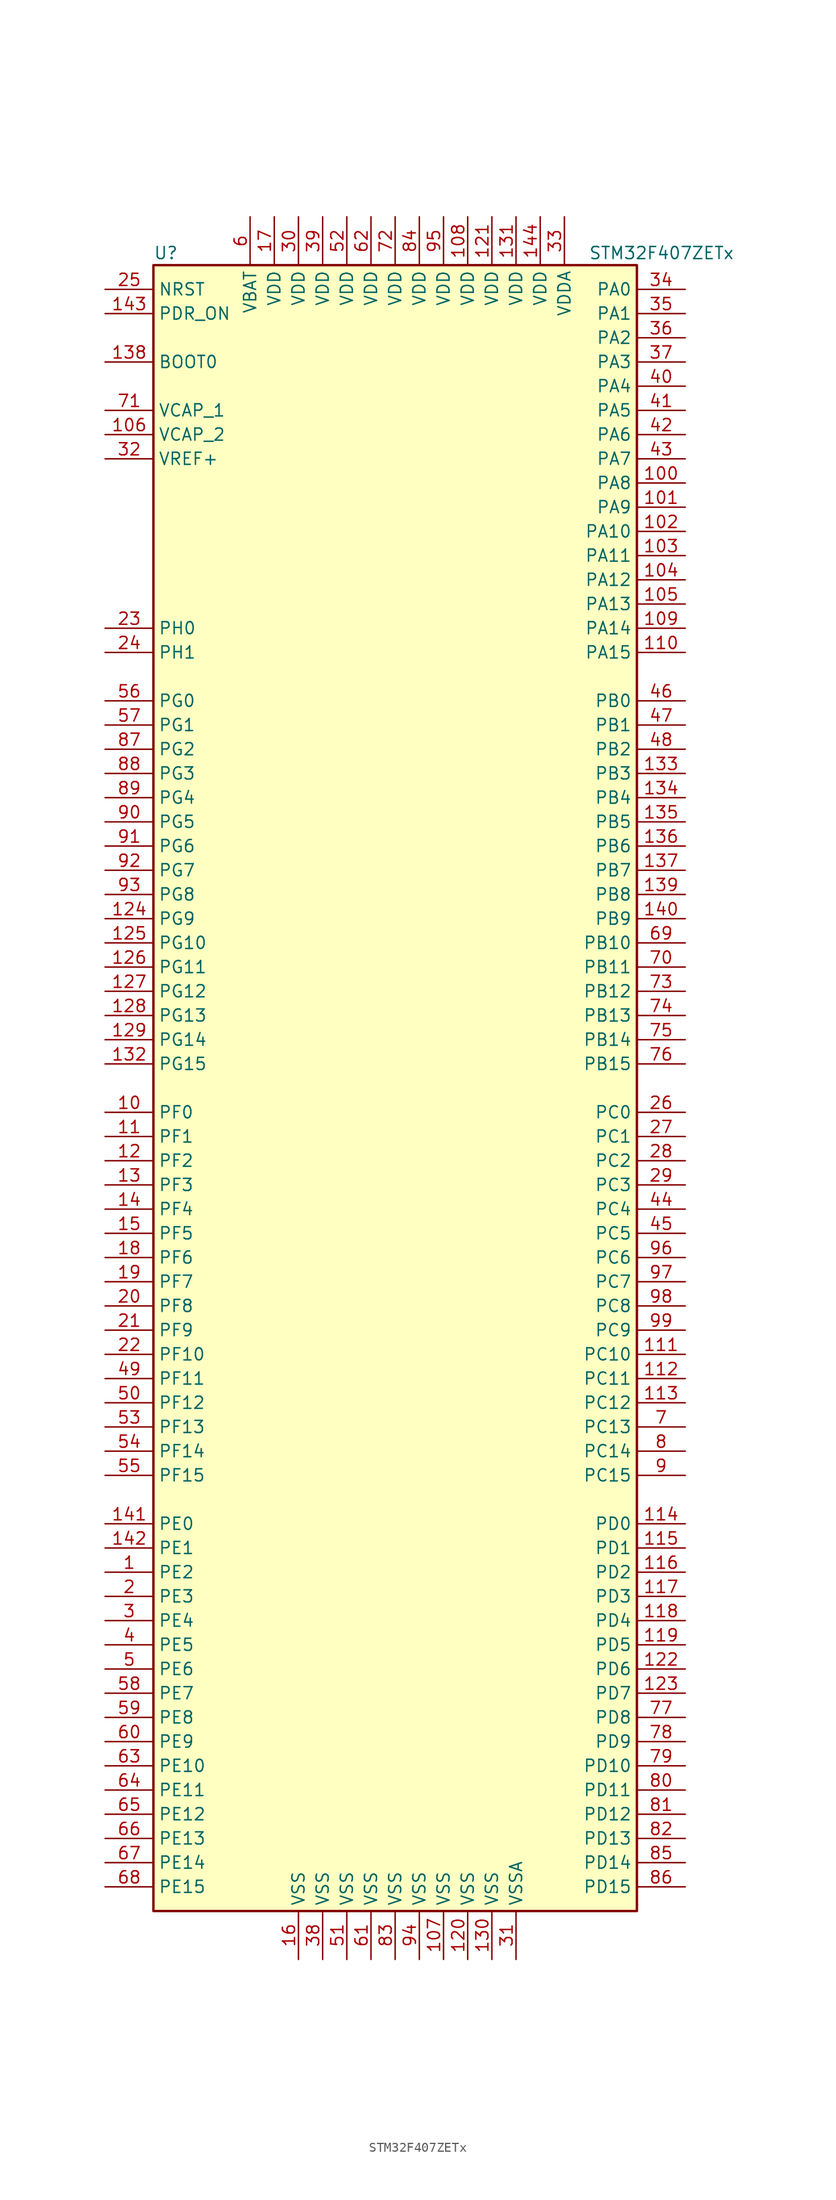
<source format=kicad_sym>
(kicad_symbol_lib
  (version 20201005)
  (generator kicad_symbol_editor)
  (symbol "MCU_ST_STM32F4:STM32F407ZETx"
    (property "Reference" "U"
      (at -25.4 87.63 0)
      (effects (font (size 1.27 1.27)) (justify left)))
    (property "Value" "STM32F407ZETx"
      (at 20.32 87.63 0)
      (effects (font (size 1.27 1.27)) (justify left)))
    (symbol "STM32F407ZETx_0_1"
      (rectangle (start -25.4 -86.36) (end 25.4 86.36) (stroke (width 0.254)) (fill (type background))))
    (symbol "STM32F407ZETx_1_1"
      (pin input line (at -30.48 76.2 0) (length 5.08) (name "BOOT0" (effects (font (size 1.27 1.27)))) (number "138" (effects (font (size 1.27 1.27)))))
      (pin input line (at -30.48 83.82 0) (length 5.08) (name "NRST" (effects (font (size 1.27 1.27)))) (number "25" (effects (font (size 1.27 1.27)))))
      (pin bidirectional line (at 30.48 83.82 180) (length 5.08) (name "PA0" (effects (font (size 1.27 1.27)))) (number "34" (effects (font (size 1.27 1.27)))))
      (pin bidirectional line (at 30.48 81.28 180) (length 5.08) (name "PA1" (effects (font (size 1.27 1.27)))) (number "35" (effects (font (size 1.27 1.27)))))
      (pin bidirectional line (at 30.48 58.42 180) (length 5.08) (name "PA10" (effects (font (size 1.27 1.27)))) (number "102" (effects (font (size 1.27 1.27)))))
      (pin bidirectional line (at 30.48 55.88 180) (length 5.08) (name "PA11" (effects (font (size 1.27 1.27)))) (number "103" (effects (font (size 1.27 1.27)))))
      (pin bidirectional line (at 30.48 53.34 180) (length 5.08) (name "PA12" (effects (font (size 1.27 1.27)))) (number "104" (effects (font (size 1.27 1.27)))))
      (pin bidirectional line (at 30.48 50.8 180) (length 5.08) (name "PA13" (effects (font (size 1.27 1.27)))) (number "105" (effects (font (size 1.27 1.27)))))
      (pin bidirectional line (at 30.48 48.26 180) (length 5.08) (name "PA14" (effects (font (size 1.27 1.27)))) (number "109" (effects (font (size 1.27 1.27)))))
      (pin bidirectional line (at 30.48 45.72 180) (length 5.08) (name "PA15" (effects (font (size 1.27 1.27)))) (number "110" (effects (font (size 1.27 1.27)))))
      (pin bidirectional line (at 30.48 78.74 180) (length 5.08) (name "PA2" (effects (font (size 1.27 1.27)))) (number "36" (effects (font (size 1.27 1.27)))))
      (pin bidirectional line (at 30.48 76.2 180) (length 5.08) (name "PA3" (effects (font (size 1.27 1.27)))) (number "37" (effects (font (size 1.27 1.27)))))
      (pin bidirectional line (at 30.48 73.66 180) (length 5.08) (name "PA4" (effects (font (size 1.27 1.27)))) (number "40" (effects (font (size 1.27 1.27)))))
      (pin bidirectional line (at 30.48 71.12 180) (length 5.08) (name "PA5" (effects (font (size 1.27 1.27)))) (number "41" (effects (font (size 1.27 1.27)))))
      (pin bidirectional line (at 30.48 68.58 180) (length 5.08) (name "PA6" (effects (font (size 1.27 1.27)))) (number "42" (effects (font (size 1.27 1.27)))))
      (pin bidirectional line (at 30.48 66.04 180) (length 5.08) (name "PA7" (effects (font (size 1.27 1.27)))) (number "43" (effects (font (size 1.27 1.27)))))
      (pin bidirectional line (at 30.48 63.5 180) (length 5.08) (name "PA8" (effects (font (size 1.27 1.27)))) (number "100" (effects (font (size 1.27 1.27)))))
      (pin bidirectional line (at 30.48 60.96 180) (length 5.08) (name "PA9" (effects (font (size 1.27 1.27)))) (number "101" (effects (font (size 1.27 1.27)))))
      (pin bidirectional line (at 30.48 40.64 180) (length 5.08) (name "PB0" (effects (font (size 1.27 1.27)))) (number "46" (effects (font (size 1.27 1.27)))))
      (pin bidirectional line (at 30.48 38.1 180) (length 5.08) (name "PB1" (effects (font (size 1.27 1.27)))) (number "47" (effects (font (size 1.27 1.27)))))
      (pin bidirectional line (at 30.48 15.24 180) (length 5.08) (name "PB10" (effects (font (size 1.27 1.27)))) (number "69" (effects (font (size 1.27 1.27)))))
      (pin bidirectional line (at 30.48 12.7 180) (length 5.08) (name "PB11" (effects (font (size 1.27 1.27)))) (number "70" (effects (font (size 1.27 1.27)))))
      (pin bidirectional line (at 30.48 10.16 180) (length 5.08) (name "PB12" (effects (font (size 1.27 1.27)))) (number "73" (effects (font (size 1.27 1.27)))))
      (pin bidirectional line (at 30.48 7.62 180) (length 5.08) (name "PB13" (effects (font (size 1.27 1.27)))) (number "74" (effects (font (size 1.27 1.27)))))
      (pin bidirectional line (at 30.48 5.08 180) (length 5.08) (name "PB14" (effects (font (size 1.27 1.27)))) (number "75" (effects (font (size 1.27 1.27)))))
      (pin bidirectional line (at 30.48 2.54 180) (length 5.08) (name "PB15" (effects (font (size 1.27 1.27)))) (number "76" (effects (font (size 1.27 1.27)))))
      (pin bidirectional line (at 30.48 35.56 180) (length 5.08) (name "PB2" (effects (font (size 1.27 1.27)))) (number "48" (effects (font (size 1.27 1.27)))))
      (pin bidirectional line (at 30.48 33.02 180) (length 5.08) (name "PB3" (effects (font (size 1.27 1.27)))) (number "133" (effects (font (size 1.27 1.27)))))
      (pin bidirectional line (at 30.48 30.48 180) (length 5.08) (name "PB4" (effects (font (size 1.27 1.27)))) (number "134" (effects (font (size 1.27 1.27)))))
      (pin bidirectional line (at 30.48 27.94 180) (length 5.08) (name "PB5" (effects (font (size 1.27 1.27)))) (number "135" (effects (font (size 1.27 1.27)))))
      (pin bidirectional line (at 30.48 25.4 180) (length 5.08) (name "PB6" (effects (font (size 1.27 1.27)))) (number "136" (effects (font (size 1.27 1.27)))))
      (pin bidirectional line (at 30.48 22.86 180) (length 5.08) (name "PB7" (effects (font (size 1.27 1.27)))) (number "137" (effects (font (size 1.27 1.27)))))
      (pin bidirectional line (at 30.48 20.32 180) (length 5.08) (name "PB8" (effects (font (size 1.27 1.27)))) (number "139" (effects (font (size 1.27 1.27)))))
      (pin bidirectional line (at 30.48 17.78 180) (length 5.08) (name "PB9" (effects (font (size 1.27 1.27)))) (number "140" (effects (font (size 1.27 1.27)))))
      (pin bidirectional line (at 30.48 -2.54 180) (length 5.08) (name "PC0" (effects (font (size 1.27 1.27)))) (number "26" (effects (font (size 1.27 1.27)))))
      (pin bidirectional line (at 30.48 -5.08 180) (length 5.08) (name "PC1" (effects (font (size 1.27 1.27)))) (number "27" (effects (font (size 1.27 1.27)))))
      (pin bidirectional line (at 30.48 -27.94 180) (length 5.08) (name "PC10" (effects (font (size 1.27 1.27)))) (number "111" (effects (font (size 1.27 1.27)))))
      (pin bidirectional line (at 30.48 -30.48 180) (length 5.08) (name "PC11" (effects (font (size 1.27 1.27)))) (number "112" (effects (font (size 1.27 1.27)))))
      (pin bidirectional line (at 30.48 -33.02 180) (length 5.08) (name "PC12" (effects (font (size 1.27 1.27)))) (number "113" (effects (font (size 1.27 1.27)))))
      (pin bidirectional line (at 30.48 -35.56 180) (length 5.08) (name "PC13" (effects (font (size 1.27 1.27)))) (number "7" (effects (font (size 1.27 1.27)))))
      (pin bidirectional line (at 30.48 -38.1 180) (length 5.08) (name "PC14" (effects (font (size 1.27 1.27)))) (number "8" (effects (font (size 1.27 1.27)))))
      (pin bidirectional line (at 30.48 -40.64 180) (length 5.08) (name "PC15" (effects (font (size 1.27 1.27)))) (number "9" (effects (font (size 1.27 1.27)))))
      (pin bidirectional line (at 30.48 -7.62 180) (length 5.08) (name "PC2" (effects (font (size 1.27 1.27)))) (number "28" (effects (font (size 1.27 1.27)))))
      (pin bidirectional line (at 30.48 -10.16 180) (length 5.08) (name "PC3" (effects (font (size 1.27 1.27)))) (number "29" (effects (font (size 1.27 1.27)))))
      (pin bidirectional line (at 30.48 -12.7 180) (length 5.08) (name "PC4" (effects (font (size 1.27 1.27)))) (number "44" (effects (font (size 1.27 1.27)))))
      (pin bidirectional line (at 30.48 -15.24 180) (length 5.08) (name "PC5" (effects (font (size 1.27 1.27)))) (number "45" (effects (font (size 1.27 1.27)))))
      (pin bidirectional line (at 30.48 -17.78 180) (length 5.08) (name "PC6" (effects (font (size 1.27 1.27)))) (number "96" (effects (font (size 1.27 1.27)))))
      (pin bidirectional line (at 30.48 -20.32 180) (length 5.08) (name "PC7" (effects (font (size 1.27 1.27)))) (number "97" (effects (font (size 1.27 1.27)))))
      (pin bidirectional line (at 30.48 -22.86 180) (length 5.08) (name "PC8" (effects (font (size 1.27 1.27)))) (number "98" (effects (font (size 1.27 1.27)))))
      (pin bidirectional line (at 30.48 -25.4 180) (length 5.08) (name "PC9" (effects (font (size 1.27 1.27)))) (number "99" (effects (font (size 1.27 1.27)))))
      (pin bidirectional line (at 30.48 -45.72 180) (length 5.08) (name "PD0" (effects (font (size 1.27 1.27)))) (number "114" (effects (font (size 1.27 1.27)))))
      (pin bidirectional line (at 30.48 -48.26 180) (length 5.08) (name "PD1" (effects (font (size 1.27 1.27)))) (number "115" (effects (font (size 1.27 1.27)))))
      (pin bidirectional line (at 30.48 -71.12 180) (length 5.08) (name "PD10" (effects (font (size 1.27 1.27)))) (number "79" (effects (font (size 1.27 1.27)))))
      (pin bidirectional line (at 30.48 -73.66 180) (length 5.08) (name "PD11" (effects (font (size 1.27 1.27)))) (number "80" (effects (font (size 1.27 1.27)))))
      (pin bidirectional line (at 30.48 -76.2 180) (length 5.08) (name "PD12" (effects (font (size 1.27 1.27)))) (number "81" (effects (font (size 1.27 1.27)))))
      (pin bidirectional line (at 30.48 -78.74 180) (length 5.08) (name "PD13" (effects (font (size 1.27 1.27)))) (number "82" (effects (font (size 1.27 1.27)))))
      (pin bidirectional line (at 30.48 -81.28 180) (length 5.08) (name "PD14" (effects (font (size 1.27 1.27)))) (number "85" (effects (font (size 1.27 1.27)))))
      (pin bidirectional line (at 30.48 -83.82 180) (length 5.08) (name "PD15" (effects (font (size 1.27 1.27)))) (number "86" (effects (font (size 1.27 1.27)))))
      (pin bidirectional line (at 30.48 -50.8 180) (length 5.08) (name "PD2" (effects (font (size 1.27 1.27)))) (number "116" (effects (font (size 1.27 1.27)))))
      (pin bidirectional line (at 30.48 -53.34 180) (length 5.08) (name "PD3" (effects (font (size 1.27 1.27)))) (number "117" (effects (font (size 1.27 1.27)))))
      (pin bidirectional line (at 30.48 -55.88 180) (length 5.08) (name "PD4" (effects (font (size 1.27 1.27)))) (number "118" (effects (font (size 1.27 1.27)))))
      (pin bidirectional line (at 30.48 -58.42 180) (length 5.08) (name "PD5" (effects (font (size 1.27 1.27)))) (number "119" (effects (font (size 1.27 1.27)))))
      (pin bidirectional line (at 30.48 -60.96 180) (length 5.08) (name "PD6" (effects (font (size 1.27 1.27)))) (number "122" (effects (font (size 1.27 1.27)))))
      (pin bidirectional line (at 30.48 -63.5 180) (length 5.08) (name "PD7" (effects (font (size 1.27 1.27)))) (number "123" (effects (font (size 1.27 1.27)))))
      (pin bidirectional line (at 30.48 -66.04 180) (length 5.08) (name "PD8" (effects (font (size 1.27 1.27)))) (number "77" (effects (font (size 1.27 1.27)))))
      (pin bidirectional line (at 30.48 -68.58 180) (length 5.08) (name "PD9" (effects (font (size 1.27 1.27)))) (number "78" (effects (font (size 1.27 1.27)))))
      (pin input line (at -30.48 81.28 0) (length 5.08) (name "PDR_ON" (effects (font (size 1.27 1.27)))) (number "143" (effects (font (size 1.27 1.27)))))
      (pin bidirectional line (at -30.48 -45.72 0) (length 5.08) (name "PE0" (effects (font (size 1.27 1.27)))) (number "141" (effects (font (size 1.27 1.27)))))
      (pin bidirectional line (at -30.48 -48.26 0) (length 5.08) (name "PE1" (effects (font (size 1.27 1.27)))) (number "142" (effects (font (size 1.27 1.27)))))
      (pin bidirectional line (at -30.48 -71.12 0) (length 5.08) (name "PE10" (effects (font (size 1.27 1.27)))) (number "63" (effects (font (size 1.27 1.27)))))
      (pin bidirectional line (at -30.48 -73.66 0) (length 5.08) (name "PE11" (effects (font (size 1.27 1.27)))) (number "64" (effects (font (size 1.27 1.27)))))
      (pin bidirectional line (at -30.48 -76.2 0) (length 5.08) (name "PE12" (effects (font (size 1.27 1.27)))) (number "65" (effects (font (size 1.27 1.27)))))
      (pin bidirectional line (at -30.48 -78.74 0) (length 5.08) (name "PE13" (effects (font (size 1.27 1.27)))) (number "66" (effects (font (size 1.27 1.27)))))
      (pin bidirectional line (at -30.48 -81.28 0) (length 5.08) (name "PE14" (effects (font (size 1.27 1.27)))) (number "67" (effects (font (size 1.27 1.27)))))
      (pin bidirectional line (at -30.48 -83.82 0) (length 5.08) (name "PE15" (effects (font (size 1.27 1.27)))) (number "68" (effects (font (size 1.27 1.27)))))
      (pin bidirectional line (at -30.48 -50.8 0) (length 5.08) (name "PE2" (effects (font (size 1.27 1.27)))) (number "1" (effects (font (size 1.27 1.27)))))
      (pin bidirectional line (at -30.48 -53.34 0) (length 5.08) (name "PE3" (effects (font (size 1.27 1.27)))) (number "2" (effects (font (size 1.27 1.27)))))
      (pin bidirectional line (at -30.48 -55.88 0) (length 5.08) (name "PE4" (effects (font (size 1.27 1.27)))) (number "3" (effects (font (size 1.27 1.27)))))
      (pin bidirectional line (at -30.48 -58.42 0) (length 5.08) (name "PE5" (effects (font (size 1.27 1.27)))) (number "4" (effects (font (size 1.27 1.27)))))
      (pin bidirectional line (at -30.48 -60.96 0) (length 5.08) (name "PE6" (effects (font (size 1.27 1.27)))) (number "5" (effects (font (size 1.27 1.27)))))
      (pin bidirectional line (at -30.48 -63.5 0) (length 5.08) (name "PE7" (effects (font (size 1.27 1.27)))) (number "58" (effects (font (size 1.27 1.27)))))
      (pin bidirectional line (at -30.48 -66.04 0) (length 5.08) (name "PE8" (effects (font (size 1.27 1.27)))) (number "59" (effects (font (size 1.27 1.27)))))
      (pin bidirectional line (at -30.48 -68.58 0) (length 5.08) (name "PE9" (effects (font (size 1.27 1.27)))) (number "60" (effects (font (size 1.27 1.27)))))
      (pin bidirectional line (at -30.48 -2.54 0) (length 5.08) (name "PF0" (effects (font (size 1.27 1.27)))) (number "10" (effects (font (size 1.27 1.27)))))
      (pin bidirectional line (at -30.48 -5.08 0) (length 5.08) (name "PF1" (effects (font (size 1.27 1.27)))) (number "11" (effects (font (size 1.27 1.27)))))
      (pin bidirectional line (at -30.48 -27.94 0) (length 5.08) (name "PF10" (effects (font (size 1.27 1.27)))) (number "22" (effects (font (size 1.27 1.27)))))
      (pin bidirectional line (at -30.48 -30.48 0) (length 5.08) (name "PF11" (effects (font (size 1.27 1.27)))) (number "49" (effects (font (size 1.27 1.27)))))
      (pin bidirectional line (at -30.48 -33.02 0) (length 5.08) (name "PF12" (effects (font (size 1.27 1.27)))) (number "50" (effects (font (size 1.27 1.27)))))
      (pin bidirectional line (at -30.48 -35.56 0) (length 5.08) (name "PF13" (effects (font (size 1.27 1.27)))) (number "53" (effects (font (size 1.27 1.27)))))
      (pin bidirectional line (at -30.48 -38.1 0) (length 5.08) (name "PF14" (effects (font (size 1.27 1.27)))) (number "54" (effects (font (size 1.27 1.27)))))
      (pin bidirectional line (at -30.48 -40.64 0) (length 5.08) (name "PF15" (effects (font (size 1.27 1.27)))) (number "55" (effects (font (size 1.27 1.27)))))
      (pin bidirectional line (at -30.48 -7.62 0) (length 5.08) (name "PF2" (effects (font (size 1.27 1.27)))) (number "12" (effects (font (size 1.27 1.27)))))
      (pin bidirectional line (at -30.48 -10.16 0) (length 5.08) (name "PF3" (effects (font (size 1.27 1.27)))) (number "13" (effects (font (size 1.27 1.27)))))
      (pin bidirectional line (at -30.48 -12.7 0) (length 5.08) (name "PF4" (effects (font (size 1.27 1.27)))) (number "14" (effects (font (size 1.27 1.27)))))
      (pin bidirectional line (at -30.48 -15.24 0) (length 5.08) (name "PF5" (effects (font (size 1.27 1.27)))) (number "15" (effects (font (size 1.27 1.27)))))
      (pin bidirectional line (at -30.48 -17.78 0) (length 5.08) (name "PF6" (effects (font (size 1.27 1.27)))) (number "18" (effects (font (size 1.27 1.27)))))
      (pin bidirectional line (at -30.48 -20.32 0) (length 5.08) (name "PF7" (effects (font (size 1.27 1.27)))) (number "19" (effects (font (size 1.27 1.27)))))
      (pin bidirectional line (at -30.48 -22.86 0) (length 5.08) (name "PF8" (effects (font (size 1.27 1.27)))) (number "20" (effects (font (size 1.27 1.27)))))
      (pin bidirectional line (at -30.48 -25.4 0) (length 5.08) (name "PF9" (effects (font (size 1.27 1.27)))) (number "21" (effects (font (size 1.27 1.27)))))
      (pin bidirectional line (at -30.48 40.64 0) (length 5.08) (name "PG0" (effects (font (size 1.27 1.27)))) (number "56" (effects (font (size 1.27 1.27)))))
      (pin bidirectional line (at -30.48 38.1 0) (length 5.08) (name "PG1" (effects (font (size 1.27 1.27)))) (number "57" (effects (font (size 1.27 1.27)))))
      (pin bidirectional line (at -30.48 15.24 0) (length 5.08) (name "PG10" (effects (font (size 1.27 1.27)))) (number "125" (effects (font (size 1.27 1.27)))))
      (pin bidirectional line (at -30.48 12.7 0) (length 5.08) (name "PG11" (effects (font (size 1.27 1.27)))) (number "126" (effects (font (size 1.27 1.27)))))
      (pin bidirectional line (at -30.48 10.16 0) (length 5.08) (name "PG12" (effects (font (size 1.27 1.27)))) (number "127" (effects (font (size 1.27 1.27)))))
      (pin bidirectional line (at -30.48 7.62 0) (length 5.08) (name "PG13" (effects (font (size 1.27 1.27)))) (number "128" (effects (font (size 1.27 1.27)))))
      (pin bidirectional line (at -30.48 5.08 0) (length 5.08) (name "PG14" (effects (font (size 1.27 1.27)))) (number "129" (effects (font (size 1.27 1.27)))))
      (pin bidirectional line (at -30.48 2.54 0) (length 5.08) (name "PG15" (effects (font (size 1.27 1.27)))) (number "132" (effects (font (size 1.27 1.27)))))
      (pin bidirectional line (at -30.48 35.56 0) (length 5.08) (name "PG2" (effects (font (size 1.27 1.27)))) (number "87" (effects (font (size 1.27 1.27)))))
      (pin bidirectional line (at -30.48 33.02 0) (length 5.08) (name "PG3" (effects (font (size 1.27 1.27)))) (number "88" (effects (font (size 1.27 1.27)))))
      (pin bidirectional line (at -30.48 30.48 0) (length 5.08) (name "PG4" (effects (font (size 1.27 1.27)))) (number "89" (effects (font (size 1.27 1.27)))))
      (pin bidirectional line (at -30.48 27.94 0) (length 5.08) (name "PG5" (effects (font (size 1.27 1.27)))) (number "90" (effects (font (size 1.27 1.27)))))
      (pin bidirectional line (at -30.48 25.4 0) (length 5.08) (name "PG6" (effects (font (size 1.27 1.27)))) (number "91" (effects (font (size 1.27 1.27)))))
      (pin bidirectional line (at -30.48 22.86 0) (length 5.08) (name "PG7" (effects (font (size 1.27 1.27)))) (number "92" (effects (font (size 1.27 1.27)))))
      (pin bidirectional line (at -30.48 20.32 0) (length 5.08) (name "PG8" (effects (font (size 1.27 1.27)))) (number "93" (effects (font (size 1.27 1.27)))))
      (pin bidirectional line (at -30.48 17.78 0) (length 5.08) (name "PG9" (effects (font (size 1.27 1.27)))) (number "124" (effects (font (size 1.27 1.27)))))
      (pin input line (at -30.48 48.26 0) (length 5.08) (name "PH0" (effects (font (size 1.27 1.27)))) (number "23" (effects (font (size 1.27 1.27)))))
      (pin input line (at -30.48 45.72 0) (length 5.08) (name "PH1" (effects (font (size 1.27 1.27)))) (number "24" (effects (font (size 1.27 1.27)))))
      (pin power_in line (at -15.24 91.44 270) (length 5.08) (name "VBAT" (effects (font (size 1.27 1.27)))) (number "6" (effects (font (size 1.27 1.27)))))
      (pin power_in line (at -30.48 71.12 0) (length 5.08) (name "VCAP_1" (effects (font (size 1.27 1.27)))) (number "71" (effects (font (size 1.27 1.27)))))
      (pin power_in line (at -30.48 68.58 0) (length 5.08) (name "VCAP_2" (effects (font (size 1.27 1.27)))) (number "106" (effects (font (size 1.27 1.27)))))
      (pin power_in line (at 7.62 91.44 270) (length 5.08) (name "VDD" (effects (font (size 1.27 1.27)))) (number "108" (effects (font (size 1.27 1.27)))))
      (pin power_in line (at 10.16 91.44 270) (length 5.08) (name "VDD" (effects (font (size 1.27 1.27)))) (number "121" (effects (font (size 1.27 1.27)))))
      (pin power_in line (at 12.7 91.44 270) (length 5.08) (name "VDD" (effects (font (size 1.27 1.27)))) (number "131" (effects (font (size 1.27 1.27)))))
      (pin power_in line (at 15.24 91.44 270) (length 5.08) (name "VDD" (effects (font (size 1.27 1.27)))) (number "144" (effects (font (size 1.27 1.27)))))
      (pin power_in line (at -12.7 91.44 270) (length 5.08) (name "VDD" (effects (font (size 1.27 1.27)))) (number "17" (effects (font (size 1.27 1.27)))))
      (pin power_in line (at -10.16 91.44 270) (length 5.08) (name "VDD" (effects (font (size 1.27 1.27)))) (number "30" (effects (font (size 1.27 1.27)))))
      (pin power_in line (at -7.62 91.44 270) (length 5.08) (name "VDD" (effects (font (size 1.27 1.27)))) (number "39" (effects (font (size 1.27 1.27)))))
      (pin power_in line (at -5.08 91.44 270) (length 5.08) (name "VDD" (effects (font (size 1.27 1.27)))) (number "52" (effects (font (size 1.27 1.27)))))
      (pin power_in line (at -2.54 91.44 270) (length 5.08) (name "VDD" (effects (font (size 1.27 1.27)))) (number "62" (effects (font (size 1.27 1.27)))))
      (pin power_in line (at 0 91.44 270) (length 5.08) (name "VDD" (effects (font (size 1.27 1.27)))) (number "72" (effects (font (size 1.27 1.27)))))
      (pin power_in line (at 2.54 91.44 270) (length 5.08) (name "VDD" (effects (font (size 1.27 1.27)))) (number "84" (effects (font (size 1.27 1.27)))))
      (pin power_in line (at 5.08 91.44 270) (length 5.08) (name "VDD" (effects (font (size 1.27 1.27)))) (number "95" (effects (font (size 1.27 1.27)))))
      (pin power_in line (at 17.78 91.44 270) (length 5.08) (name "VDDA" (effects (font (size 1.27 1.27)))) (number "33" (effects (font (size 1.27 1.27)))))
      (pin power_in line (at -30.48 66.04 0) (length 5.08) (name "VREF+" (effects (font (size 1.27 1.27)))) (number "32" (effects (font (size 1.27 1.27)))))
      (pin power_in line (at 5.08 -91.44 90) (length 5.08) (name "VSS" (effects (font (size 1.27 1.27)))) (number "107" (effects (font (size 1.27 1.27)))))
      (pin power_in line (at 7.62 -91.44 90) (length 5.08) (name "VSS" (effects (font (size 1.27 1.27)))) (number "120" (effects (font (size 1.27 1.27)))))
      (pin power_in line (at 10.16 -91.44 90) (length 5.08) (name "VSS" (effects (font (size 1.27 1.27)))) (number "130" (effects (font (size 1.27 1.27)))))
      (pin power_in line (at -10.16 -91.44 90) (length 5.08) (name "VSS" (effects (font (size 1.27 1.27)))) (number "16" (effects (font (size 1.27 1.27)))))
      (pin power_in line (at -7.62 -91.44 90) (length 5.08) (name "VSS" (effects (font (size 1.27 1.27)))) (number "38" (effects (font (size 1.27 1.27)))))
      (pin power_in line (at -5.08 -91.44 90) (length 5.08) (name "VSS" (effects (font (size 1.27 1.27)))) (number "51" (effects (font (size 1.27 1.27)))))
      (pin power_in line (at -2.54 -91.44 90) (length 5.08) (name "VSS" (effects (font (size 1.27 1.27)))) (number "61" (effects (font (size 1.27 1.27)))))
      (pin power_in line (at 0 -91.44 90) (length 5.08) (name "VSS" (effects (font (size 1.27 1.27)))) (number "83" (effects (font (size 1.27 1.27)))))
      (pin power_in line (at 2.54 -91.44 90) (length 5.08) (name "VSS" (effects (font (size 1.27 1.27)))) (number "94" (effects (font (size 1.27 1.27)))))
      (pin power_in line (at 12.7 -91.44 90) (length 5.08) (name "VSSA" (effects (font (size 1.27 1.27)))) (number "31" (effects (font (size 1.27 1.27))))))))
</source>
